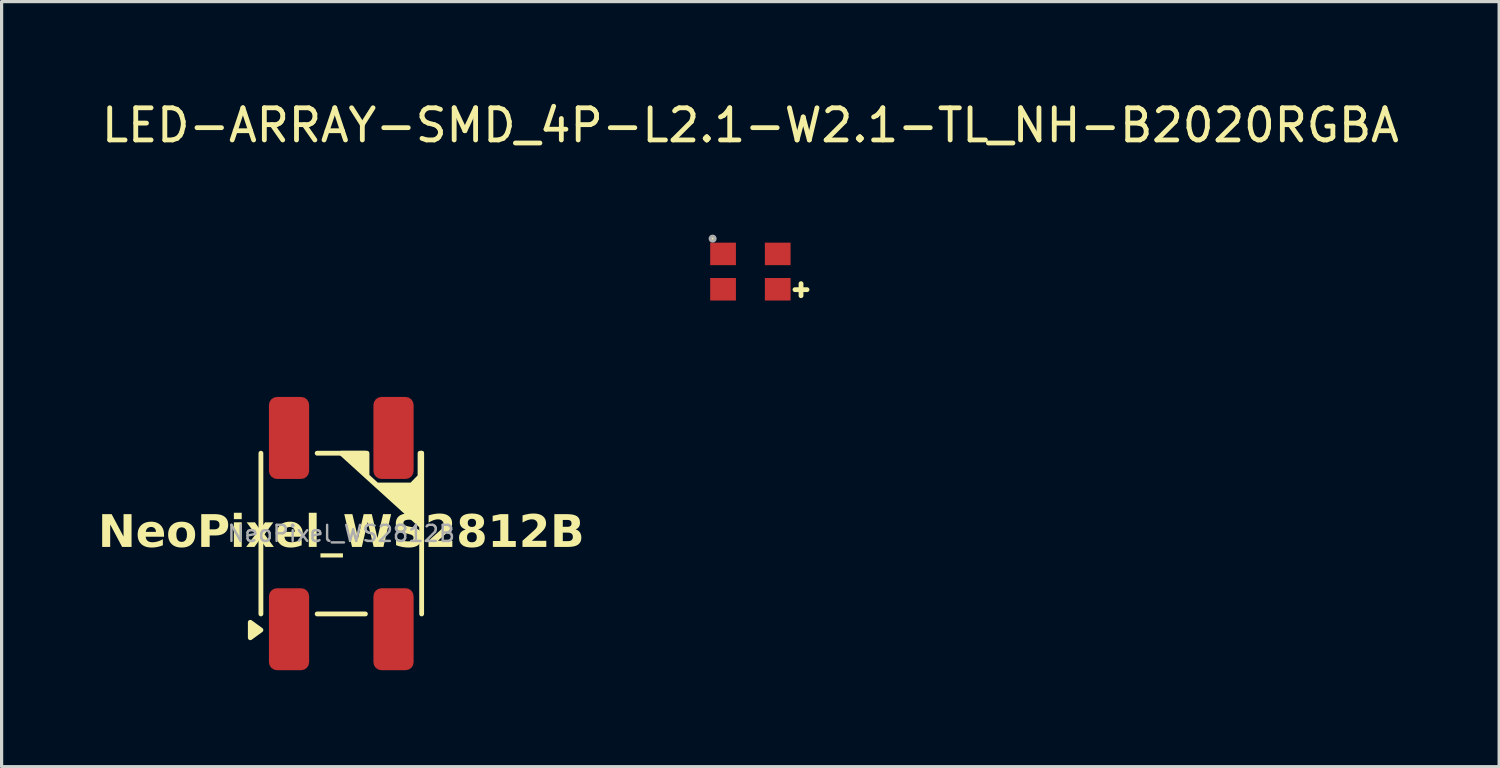
<source format=kicad_pcb>
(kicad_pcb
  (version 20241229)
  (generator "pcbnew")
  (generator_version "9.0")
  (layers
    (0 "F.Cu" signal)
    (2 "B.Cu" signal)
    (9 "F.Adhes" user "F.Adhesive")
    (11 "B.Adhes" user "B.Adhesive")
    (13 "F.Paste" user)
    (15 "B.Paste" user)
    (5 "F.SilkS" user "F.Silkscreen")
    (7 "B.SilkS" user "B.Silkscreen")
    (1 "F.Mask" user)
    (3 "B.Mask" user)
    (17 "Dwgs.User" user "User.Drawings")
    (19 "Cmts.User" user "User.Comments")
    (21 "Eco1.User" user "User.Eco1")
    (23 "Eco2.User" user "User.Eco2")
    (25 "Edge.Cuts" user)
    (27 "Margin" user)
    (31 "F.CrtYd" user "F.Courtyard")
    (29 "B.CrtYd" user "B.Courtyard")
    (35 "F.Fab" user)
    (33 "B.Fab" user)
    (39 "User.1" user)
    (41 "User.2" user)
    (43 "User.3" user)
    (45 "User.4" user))
  (footprint "LED-ARRAY-SMD_4P-L2.1-W2.1-TL_NH-B2020RGBA"
    (layer "F.Cu")
    (at 20.292 5.398)
    (property "Reference" "LED-ARRAY-SMD_4P-L2.1-W2.1-TL_NH-B2020RGBA" (at 0 -4.55 0) (layer "F.SilkS") (effects (font (size 1 1) (thickness 0.15))))
    (attr smd)
    (fp_line (start 1.387 0.562) (end 1.762 0.562) (stroke (width 0.15) (type solid)) (layer "F.SilkS"))
    (fp_line (start 1.575 0.375) (end 1.575 0.75) (stroke (width 0.15) (type solid)) (layer "F.SilkS"))
    (fp_circle (center -1.175 -1.025) (end -1.1 -1.025) (stroke (width 0) (type solid)) (fill yes) (layer "F.SilkS"))
    (fp_circle (center -1.175 -1.025) (end -1.1 -1.025) (stroke (width 0.1) (type solid)) (fill no) (layer "F.Fab"))
    (pad "1" smd rect (at -0.85 -0.55) (size 0.8 0.7) (layers "F.Cu" "F.Mask" "F.Paste"))
    (pad "2" smd rect (at 0.85 -0.55) (size 0.8 0.7) (layers "F.Cu" "F.Mask" "F.Paste"))
    (pad "3" smd rect (at 0.85 0.55) (size 0.8 0.7) (layers "F.Cu" "F.Mask" "F.Paste"))
    (pad "4" smd rect (at -0.85 0.55) (size 0.8 0.7) (layers "F.Cu" "F.Mask" "F.Paste")))
  (footprint "NeoPixel_WS2812B"
    (layer "F.Cu")
    (at 7.566 13.548)
    (property "Reference" "NeoPixel_WS2812B" (at 0 0 0) (layer "F.SilkS") (effects (font (face "Segoe UI This") (size 1 1) (thickness 0.2) (bold yes))))
    (attr smd)
    (fp_line (start -2.5 2.5) (end -2.5 -2.5) (stroke (width 0.15) (type solid)) (layer "F.SilkS"))
    (fp_line (start -0.75 -2.5) (end 0.75 -2.5) (stroke (width 0.15) (type solid)) (layer "F.SilkS"))
    (fp_line (start 0.75 2.5) (end -0.75 2.5) (stroke (width 0.15) (type solid)) (layer "F.SilkS"))
    (fp_line (start 2.5 -2.5) (end 2.5 2.5) (stroke (width 0.15) (type solid)) (layer "F.SilkS"))
    (fp_poly (pts (xy -2.5 3) (xy -2.83 3.24) (xy -2.83 2.76) (xy -2.5 3)) (stroke (width 0.15) (type solid)) (fill yes) (layer "F.SilkS"))
    (fp_poly (pts (xy 0 -2.5) (xy 2.5 -0.23) (xy 2.5 -0.987) (xy 2.5 -2.5) (xy 2.45 -2.5) (xy 2.45 -1.779) (xy 2.186 -1.51) (xy 1.108 -1.51) (xy 0.8 -1.79) (xy 0.8 -2.5)) (stroke (width 0.15) (type solid)) (fill yes) (layer "F.SilkS"))
    (fp_text user "${REFERENCE}" (at 0 0 0) (layer "F.Fab") (effects (font (size 0.5 0.5) (thickness 0.075))))
    (pad "1" smd roundrect (at -1.625 2.975 90) (size 2.55 1.25) (layers "F.Cu" "F.Mask" "F.Paste") (roundrect_rratio 0.2))
    (pad "2" smd roundrect (at 1.625 2.975 90) (size 2.55 1.25) (layers "F.Cu" "F.Mask" "F.Paste") (roundrect_rratio 0.2))
    (pad "3" smd roundrect (at 1.625 -2.975 90) (size 2.55 1.25) (layers "F.Cu" "F.Mask" "F.Paste") (roundrect_rratio 0.2))
    (pad "4" smd roundrect (at -1.625 -2.975 90) (size 2.55 1.25) (layers "F.Cu" "F.Mask" "F.Paste") (roundrect_rratio 0.2)))
  (gr_rect
    (start -3 -3)
    (end 43.583 20.798)
    (stroke (width 0.1) (type default))
    (fill no)
    (layer "Edge.Cuts")))
</source>
